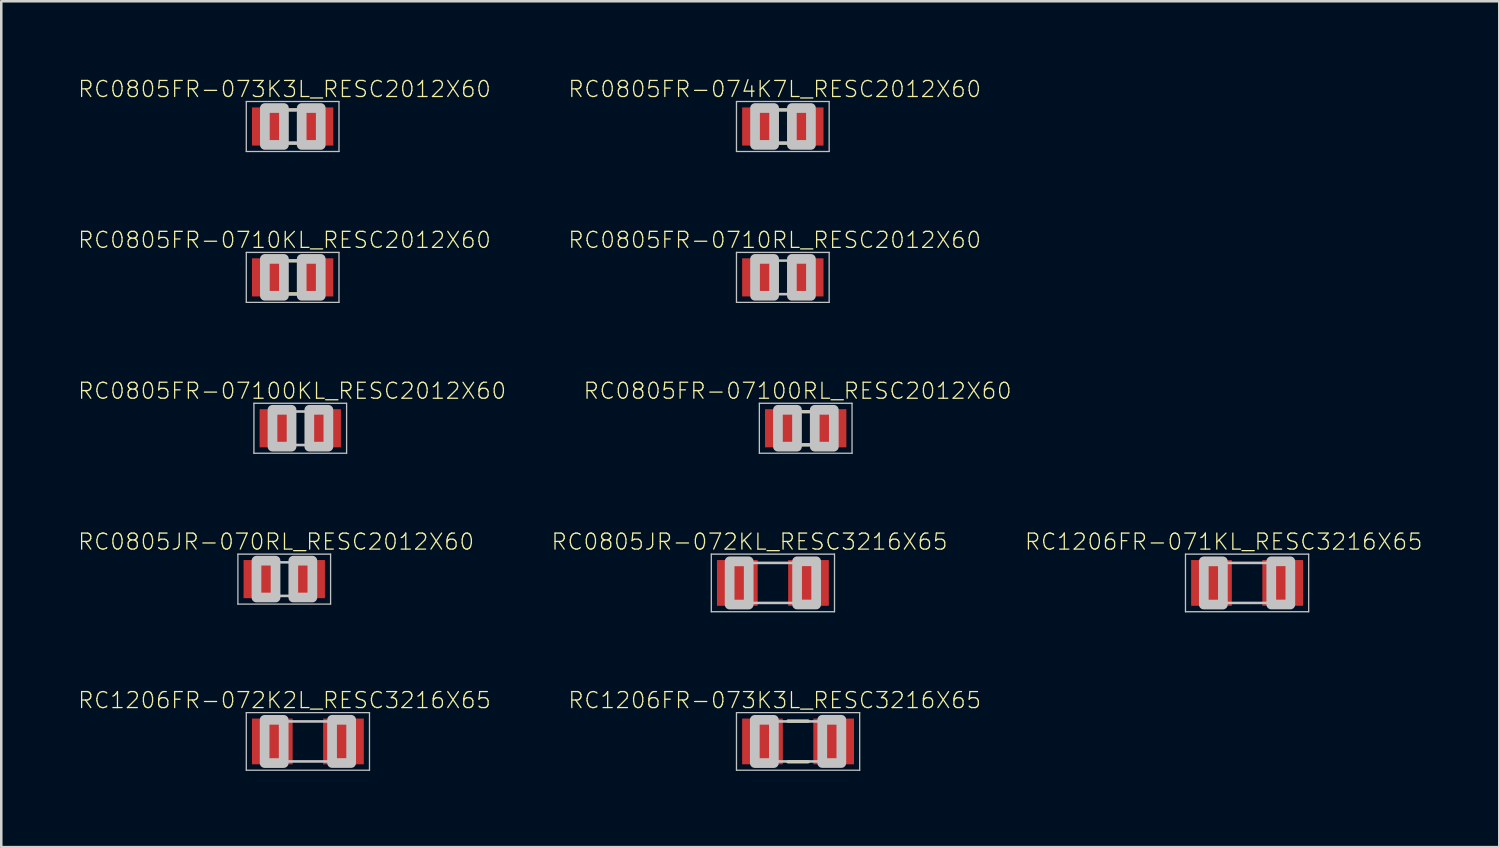
<source format=kicad_pcb>
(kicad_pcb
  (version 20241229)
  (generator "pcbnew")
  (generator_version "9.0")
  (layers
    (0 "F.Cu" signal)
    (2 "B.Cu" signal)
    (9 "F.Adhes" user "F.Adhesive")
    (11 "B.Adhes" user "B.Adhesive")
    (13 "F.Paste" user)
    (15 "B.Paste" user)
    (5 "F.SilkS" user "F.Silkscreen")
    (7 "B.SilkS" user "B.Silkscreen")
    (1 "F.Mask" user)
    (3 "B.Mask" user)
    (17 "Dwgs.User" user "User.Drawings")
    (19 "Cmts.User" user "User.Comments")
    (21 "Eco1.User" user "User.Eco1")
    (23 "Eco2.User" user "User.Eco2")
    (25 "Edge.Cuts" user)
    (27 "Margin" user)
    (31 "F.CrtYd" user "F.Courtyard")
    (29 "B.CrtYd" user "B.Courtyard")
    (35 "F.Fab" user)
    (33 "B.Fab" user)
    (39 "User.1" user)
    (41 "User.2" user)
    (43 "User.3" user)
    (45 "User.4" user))
  (footprint "RC0805FR-073K3L_RESC2012X60"
    (layer "F.Cu")
    (at 8.461 1.926)
    (property "Reference" "RC0805FR-073K3L_RESC2012X60" (at -0.32 -1.47 0) (layer "F.SilkS") (effects (font (size 0.63 0.63) (thickness 0.05))))
    (attr smd)
    (fp_line (start -0.15 -0.65) (end 0.15 -0.65) (stroke (width 0.127) (type solid)) (layer "F.SilkS"))
    (fp_line (start -0.15 0.65) (end 0.15 0.65) (stroke (width 0.127) (type solid)) (layer "F.SilkS"))
    (fp_line (start -1.823 -0.983) (end 1.823 -0.983) (stroke (width 0.051) (type solid)) (layer "Dwgs.User"))
    (fp_line (start -1.823 0.983) (end -1.823 -0.983) (stroke (width 0.051) (type solid)) (layer "Dwgs.User"))
    (fp_line (start -0.381 -0.66) (end 0.381 -0.66) (stroke (width 0.102) (type solid)) (layer "Dwgs.User"))
    (fp_line (start -0.356 0.66) (end 0.381 0.66) (stroke (width 0.102) (type solid)) (layer "Dwgs.User"))
    (fp_line (start 1.823 -0.983) (end 1.823 0.983) (stroke (width 0.051) (type solid)) (layer "Dwgs.User"))
    (fp_line (start 1.823 0.983) (end -1.823 0.983) (stroke (width 0.051) (type solid)) (layer "Dwgs.User"))
    (fp_poly (pts (xy -1.092 -0.726) (xy -0.342 -0.726) (xy -0.342 0.724) (xy -1.092 0.724)) (stroke (width 0.381) (type solid)) (fill no) (layer "Dwgs.User"))
    (fp_poly (pts (xy 0.356 -0.726) (xy 1.106 -0.726) (xy 1.106 0.724) (xy 0.356 0.724)) (stroke (width 0.381) (type solid)) (fill no) (layer "Dwgs.User"))
    (pad "1" smd rect (at -0.95 0) (size 1.3 1.5) (layers "F.Cu" "F.Mask" "F.Paste"))
    (pad "2" smd rect (at 0.95 0) (size 1.3 1.5) (layers "F.Cu" "F.Mask" "F.Paste")))
  (footprint "RC0805FR-074K7L_RESC2012X60"
    (layer "F.Cu")
    (at 27.743 1.926)
    (property "Reference" "RC0805FR-074K7L_RESC2012X60" (at -0.32 -1.47 0) (layer "F.SilkS") (effects (font (size 0.63 0.63) (thickness 0.05))))
    (attr smd)
    (fp_line (start -0.15 -0.65) (end 0.15 -0.65) (stroke (width 0.127) (type solid)) (layer "F.SilkS"))
    (fp_line (start -0.15 0.65) (end 0.15 0.65) (stroke (width 0.127) (type solid)) (layer "F.SilkS"))
    (fp_line (start -1.823 -0.983) (end 1.823 -0.983) (stroke (width 0.051) (type solid)) (layer "Dwgs.User"))
    (fp_line (start -1.823 0.983) (end -1.823 -0.983) (stroke (width 0.051) (type solid)) (layer "Dwgs.User"))
    (fp_line (start -0.381 -0.66) (end 0.381 -0.66) (stroke (width 0.102) (type solid)) (layer "Dwgs.User"))
    (fp_line (start -0.356 0.66) (end 0.381 0.66) (stroke (width 0.102) (type solid)) (layer "Dwgs.User"))
    (fp_line (start 1.823 -0.983) (end 1.823 0.983) (stroke (width 0.051) (type solid)) (layer "Dwgs.User"))
    (fp_line (start 1.823 0.983) (end -1.823 0.983) (stroke (width 0.051) (type solid)) (layer "Dwgs.User"))
    (fp_poly (pts (xy -1.092 -0.726) (xy -0.342 -0.726) (xy -0.342 0.724) (xy -1.092 0.724)) (stroke (width 0.381) (type solid)) (fill no) (layer "Dwgs.User"))
    (fp_poly (pts (xy 0.356 -0.726) (xy 1.106 -0.726) (xy 1.106 0.724) (xy 0.356 0.724)) (stroke (width 0.381) (type solid)) (fill no) (layer "Dwgs.User"))
    (pad "1" smd rect (at -0.95 0) (size 1.3 1.5) (layers "F.Cu" "F.Mask" "F.Paste"))
    (pad "2" smd rect (at 0.95 0) (size 1.3 1.5) (layers "F.Cu" "F.Mask" "F.Paste")))
  (footprint "RC1206FR-072K2L_RESC3216X65"
    (layer "F.Cu")
    (at 9.061 26.115)
    (property "Reference" "RC1206FR-072K2L_RESC3216X65" (at -0.92 -1.62 0) (layer "F.SilkS") (effects (font (size 0.63 0.63) (thickness 0.05))))
    (attr smd)
    (fp_line (start -2.423 -1.133) (end 2.423 -1.133) (stroke (width 0.051) (type solid)) (layer "Dwgs.User"))
    (fp_line (start -2.423 1.133) (end -2.423 -1.133) (stroke (width 0.051) (type solid)) (layer "Dwgs.User"))
    (fp_line (start -0.965 -0.787) (end 0.965 -0.787) (stroke (width 0.102) (type solid)) (layer "Dwgs.User"))
    (fp_line (start -0.965 0.787) (end 0.965 0.787) (stroke (width 0.102) (type solid)) (layer "Dwgs.User"))
    (fp_line (start 2.423 -1.133) (end 2.423 1.133) (stroke (width 0.051) (type solid)) (layer "Dwgs.User"))
    (fp_line (start 2.423 1.133) (end -2.423 1.133) (stroke (width 0.051) (type solid)) (layer "Dwgs.User"))
    (fp_poly (pts (xy -1.702 -0.849) (xy -0.952 -0.849) (xy -0.952 0.851) (xy -1.702 0.851)) (stroke (width 0.381) (type solid)) (fill no) (layer "Dwgs.User"))
    (fp_poly (pts (xy 0.952 -0.851) (xy 1.702 -0.851) (xy 1.702 0.849) (xy 0.952 0.849)) (stroke (width 0.381) (type solid)) (fill no) (layer "Dwgs.User"))
    (pad "1" smd rect (at -1.4 0) (size 1.6 1.8) (layers "F.Cu" "F.Mask" "F.Paste"))
    (pad "2" smd rect (at 1.4 0) (size 1.6 1.8) (layers "F.Cu" "F.Mask" "F.Paste")))
  (footprint "RC0805FR-0710RL_RESC2012X60"
    (layer "F.Cu")
    (at 27.743 7.861)
    (property "Reference" "RC0805FR-0710RL_RESC2012X60" (at -0.32 -1.47 0) (layer "F.SilkS") (effects (font (size 0.63 0.63) (thickness 0.05))))
    (attr smd)
    (fp_line (start -1.823 -0.983) (end 1.823 -0.983) (stroke (width 0.051) (type solid)) (layer "Dwgs.User"))
    (fp_line (start -1.823 0.983) (end -1.823 -0.983) (stroke (width 0.051) (type solid)) (layer "Dwgs.User"))
    (fp_line (start -0.381 -0.66) (end 0.381 -0.66) (stroke (width 0.102) (type solid)) (layer "Dwgs.User"))
    (fp_line (start -0.356 0.66) (end 0.381 0.66) (stroke (width 0.102) (type solid)) (layer "Dwgs.User"))
    (fp_line (start 1.823 -0.983) (end 1.823 0.983) (stroke (width 0.051) (type solid)) (layer "Dwgs.User"))
    (fp_line (start 1.823 0.983) (end -1.823 0.983) (stroke (width 0.051) (type solid)) (layer "Dwgs.User"))
    (fp_poly (pts (xy -1.092 -0.726) (xy -0.342 -0.726) (xy -0.342 0.724) (xy -1.092 0.724)) (stroke (width 0.381) (type solid)) (fill no) (layer "Dwgs.User"))
    (fp_poly (pts (xy 0.356 -0.726) (xy 1.106 -0.726) (xy 1.106 0.724) (xy 0.356 0.724)) (stroke (width 0.381) (type solid)) (fill no) (layer "Dwgs.User"))
    (pad "1" smd rect (at -0.95 0) (size 1.3 1.5) (layers "F.Cu" "F.Mask" "F.Paste"))
    (pad "2" smd rect (at 0.95 0) (size 1.3 1.5) (layers "F.Cu" "F.Mask" "F.Paste")))
  (footprint "RC0805FR-07100RL_RESC2012X60"
    (layer "F.Cu")
    (at 28.643 13.796)
    (property "Reference" "RC0805FR-07100RL_RESC2012X60" (at -0.32 -1.47 0) (layer "F.SilkS") (effects (font (size 0.63 0.63) (thickness 0.05))))
    (attr smd)
    (fp_line (start -0.15 -0.65) (end 0.15 -0.65) (stroke (width 0.127) (type solid)) (layer "F.SilkS"))
    (fp_line (start -0.15 0.65) (end 0.15 0.65) (stroke (width 0.127) (type solid)) (layer "F.SilkS"))
    (fp_line (start -1.823 -0.983) (end 1.823 -0.983) (stroke (width 0.051) (type solid)) (layer "Dwgs.User"))
    (fp_line (start -1.823 0.983) (end -1.823 -0.983) (stroke (width 0.051) (type solid)) (layer "Dwgs.User"))
    (fp_line (start -0.381 -0.66) (end 0.381 -0.66) (stroke (width 0.102) (type solid)) (layer "Dwgs.User"))
    (fp_line (start -0.356 0.66) (end 0.381 0.66) (stroke (width 0.102) (type solid)) (layer "Dwgs.User"))
    (fp_line (start 1.823 -0.983) (end 1.823 0.983) (stroke (width 0.051) (type solid)) (layer "Dwgs.User"))
    (fp_line (start 1.823 0.983) (end -1.823 0.983) (stroke (width 0.051) (type solid)) (layer "Dwgs.User"))
    (fp_poly (pts (xy -1.092 -0.726) (xy -0.342 -0.726) (xy -0.342 0.724) (xy -1.092 0.724)) (stroke (width 0.381) (type solid)) (fill no) (layer "Dwgs.User"))
    (fp_poly (pts (xy 0.356 -0.726) (xy 1.106 -0.726) (xy 1.106 0.724) (xy 0.356 0.724)) (stroke (width 0.381) (type solid)) (fill no) (layer "Dwgs.User"))
    (pad "1" smd rect (at -0.95 0) (size 1.3 1.5) (layers "F.Cu" "F.Mask" "F.Paste"))
    (pad "2" smd rect (at 0.95 0) (size 1.3 1.5) (layers "F.Cu" "F.Mask" "F.Paste")))
  (footprint "RC0805FR-07100KL_RESC2012X60"
    (layer "F.Cu")
    (at 8.761 13.796)
    (property "Reference" "RC0805FR-07100KL_RESC2012X60" (at -0.32 -1.47 0) (layer "F.SilkS") (effects (font (size 0.63 0.63) (thickness 0.05))))
    (attr smd)
    (fp_line (start -1.823 -0.983) (end 1.823 -0.983) (stroke (width 0.051) (type solid)) (layer "Dwgs.User"))
    (fp_line (start -1.823 0.983) (end -1.823 -0.983) (stroke (width 0.051) (type solid)) (layer "Dwgs.User"))
    (fp_line (start -0.381 -0.66) (end 0.381 -0.66) (stroke (width 0.102) (type solid)) (layer "Dwgs.User"))
    (fp_line (start -0.356 0.66) (end 0.381 0.66) (stroke (width 0.102) (type solid)) (layer "Dwgs.User"))
    (fp_line (start 1.823 -0.983) (end 1.823 0.983) (stroke (width 0.051) (type solid)) (layer "Dwgs.User"))
    (fp_line (start 1.823 0.983) (end -1.823 0.983) (stroke (width 0.051) (type solid)) (layer "Dwgs.User"))
    (fp_poly (pts (xy -1.092 -0.726) (xy -0.342 -0.726) (xy -0.342 0.724) (xy -1.092 0.724)) (stroke (width 0.381) (type solid)) (fill no) (layer "Dwgs.User"))
    (fp_poly (pts (xy 0.356 -0.726) (xy 1.106 -0.726) (xy 1.106 0.724) (xy 0.356 0.724)) (stroke (width 0.381) (type solid)) (fill no) (layer "Dwgs.User"))
    (pad "1" smd rect (at -0.95 0) (size 1.3 1.5) (layers "F.Cu" "F.Mask" "F.Paste"))
    (pad "2" smd rect (at 0.95 0) (size 1.3 1.5) (layers "F.Cu" "F.Mask" "F.Paste")))
  (footprint "RC1206FR-071KL_RESC3216X65"
    (layer "F.Cu")
    (at 46.005 19.88)
    (property "Reference" "RC1206FR-071KL_RESC3216X65" (at -0.92 -1.62 0) (layer "F.SilkS") (effects (font (size 0.63 0.63) (thickness 0.05))))
    (attr smd)
    (fp_line (start -2.423 -1.133) (end 2.423 -1.133) (stroke (width 0.051) (type solid)) (layer "Dwgs.User"))
    (fp_line (start -2.423 1.133) (end -2.423 -1.133) (stroke (width 0.051) (type solid)) (layer "Dwgs.User"))
    (fp_line (start -0.965 -0.787) (end 0.965 -0.787) (stroke (width 0.102) (type solid)) (layer "Dwgs.User"))
    (fp_line (start -0.965 0.787) (end 0.965 0.787) (stroke (width 0.102) (type solid)) (layer "Dwgs.User"))
    (fp_line (start 2.423 -1.133) (end 2.423 1.133) (stroke (width 0.051) (type solid)) (layer "Dwgs.User"))
    (fp_line (start 2.423 1.133) (end -2.423 1.133) (stroke (width 0.051) (type solid)) (layer "Dwgs.User"))
    (fp_poly (pts (xy -1.702 -0.849) (xy -0.952 -0.849) (xy -0.952 0.851) (xy -1.702 0.851)) (stroke (width 0.381) (type solid)) (fill no) (layer "Dwgs.User"))
    (fp_poly (pts (xy 0.952 -0.851) (xy 1.702 -0.851) (xy 1.702 0.849) (xy 0.952 0.849)) (stroke (width 0.381) (type solid)) (fill no) (layer "Dwgs.User"))
    (pad "1" smd rect (at -1.4 0) (size 1.6 1.8) (layers "F.Cu" "F.Mask" "F.Paste"))
    (pad "2" smd rect (at 1.4 0) (size 1.6 1.8) (layers "F.Cu" "F.Mask" "F.Paste")))
  (footprint "RC0805FR-0710KL_RESC2012X60"
    (layer "F.Cu")
    (at 8.461 7.861)
    (property "Reference" "RC0805FR-0710KL_RESC2012X60" (at -0.32 -1.47 0) (layer "F.SilkS") (effects (font (size 0.63 0.63) (thickness 0.05))))
    (attr smd)
    (fp_line (start -0.15 -0.65) (end 0.15 -0.65) (stroke (width 0.127) (type solid)) (layer "F.SilkS"))
    (fp_line (start -0.15 0.65) (end 0.15 0.65) (stroke (width 0.127) (type solid)) (layer "F.SilkS"))
    (fp_line (start -1.823 -0.983) (end 1.823 -0.983) (stroke (width 0.051) (type solid)) (layer "Dwgs.User"))
    (fp_line (start -1.823 0.983) (end -1.823 -0.983) (stroke (width 0.051) (type solid)) (layer "Dwgs.User"))
    (fp_line (start -0.381 -0.66) (end 0.381 -0.66) (stroke (width 0.102) (type solid)) (layer "Dwgs.User"))
    (fp_line (start -0.356 0.66) (end 0.381 0.66) (stroke (width 0.102) (type solid)) (layer "Dwgs.User"))
    (fp_line (start 1.823 -0.983) (end 1.823 0.983) (stroke (width 0.051) (type solid)) (layer "Dwgs.User"))
    (fp_line (start 1.823 0.983) (end -1.823 0.983) (stroke (width 0.051) (type solid)) (layer "Dwgs.User"))
    (fp_poly (pts (xy -1.092 -0.726) (xy -0.342 -0.726) (xy -0.342 0.724) (xy -1.092 0.724)) (stroke (width 0.381) (type solid)) (fill no) (layer "Dwgs.User"))
    (fp_poly (pts (xy 0.356 -0.726) (xy 1.106 -0.726) (xy 1.106 0.724) (xy 0.356 0.724)) (stroke (width 0.381) (type solid)) (fill no) (layer "Dwgs.User"))
    (pad "1" smd rect (at -0.95 0) (size 1.3 1.5) (layers "F.Cu" "F.Mask" "F.Paste"))
    (pad "2" smd rect (at 0.95 0) (size 1.3 1.5) (layers "F.Cu" "F.Mask" "F.Paste")))
  (footprint "RC0805JR-072KL_RESC3216X65"
    (layer "F.Cu")
    (at 27.353 19.88)
    (property "Reference" "RC0805JR-072KL_RESC3216X65" (at -0.92 -1.62 0) (layer "F.SilkS") (effects (font (size 0.63 0.63) (thickness 0.05))))
    (attr smd)
    (fp_line (start -2.423 -1.133) (end 2.423 -1.133) (stroke (width 0.051) (type solid)) (layer "Dwgs.User"))
    (fp_line (start -2.423 1.133) (end -2.423 -1.133) (stroke (width 0.051) (type solid)) (layer "Dwgs.User"))
    (fp_line (start -0.965 -0.787) (end 0.965 -0.787) (stroke (width 0.102) (type solid)) (layer "Dwgs.User"))
    (fp_line (start -0.965 0.787) (end 0.965 0.787) (stroke (width 0.102) (type solid)) (layer "Dwgs.User"))
    (fp_line (start 2.423 -1.133) (end 2.423 1.133) (stroke (width 0.051) (type solid)) (layer "Dwgs.User"))
    (fp_line (start 2.423 1.133) (end -2.423 1.133) (stroke (width 0.051) (type solid)) (layer "Dwgs.User"))
    (fp_poly (pts (xy -1.702 -0.849) (xy -0.952 -0.849) (xy -0.952 0.851) (xy -1.702 0.851)) (stroke (width 0.381) (type solid)) (fill no) (layer "Dwgs.User"))
    (fp_poly (pts (xy 0.952 -0.851) (xy 1.702 -0.851) (xy 1.702 0.849) (xy 0.952 0.849)) (stroke (width 0.381) (type solid)) (fill no) (layer "Dwgs.User"))
    (pad "1" smd rect (at -1.4 0) (size 1.6 1.8) (layers "F.Cu" "F.Mask" "F.Paste"))
    (pad "2" smd rect (at 1.4 0) (size 1.6 1.8) (layers "F.Cu" "F.Mask" "F.Paste")))
  (footprint "RC1206FR-073K3L_RESC3216X65"
    (layer "F.Cu")
    (at 28.343 26.115)
    (property "Reference" "RC1206FR-073K3L_RESC3216X65" (at -0.92 -1.62 0) (layer "F.SilkS") (effects (font (size 0.63 0.63) (thickness 0.05))))
    (attr smd)
    (fp_line (start -0.4 -0.8) (end 0.4 -0.8) (stroke (width 0.127) (type solid)) (layer "F.SilkS"))
    (fp_line (start -0.4 0.8) (end 0.4 0.8) (stroke (width 0.127) (type solid)) (layer "F.SilkS"))
    (fp_line (start -2.423 -1.133) (end 2.423 -1.133) (stroke (width 0.051) (type solid)) (layer "Dwgs.User"))
    (fp_line (start -2.423 1.133) (end -2.423 -1.133) (stroke (width 0.051) (type solid)) (layer "Dwgs.User"))
    (fp_line (start -0.965 -0.787) (end 0.965 -0.787) (stroke (width 0.102) (type solid)) (layer "Dwgs.User"))
    (fp_line (start -0.965 0.787) (end 0.965 0.787) (stroke (width 0.102) (type solid)) (layer "Dwgs.User"))
    (fp_line (start 2.423 -1.133) (end 2.423 1.133) (stroke (width 0.051) (type solid)) (layer "Dwgs.User"))
    (fp_line (start 2.423 1.133) (end -2.423 1.133) (stroke (width 0.051) (type solid)) (layer "Dwgs.User"))
    (fp_poly (pts (xy -1.702 -0.849) (xy -0.952 -0.849) (xy -0.952 0.851) (xy -1.702 0.851)) (stroke (width 0.381) (type solid)) (fill no) (layer "Dwgs.User"))
    (fp_poly (pts (xy 0.952 -0.851) (xy 1.702 -0.851) (xy 1.702 0.849) (xy 0.952 0.849)) (stroke (width 0.381) (type solid)) (fill no) (layer "Dwgs.User"))
    (pad "1" smd rect (at -1.4 0) (size 1.6 1.8) (layers "F.Cu" "F.Mask" "F.Paste"))
    (pad "2" smd rect (at 1.4 0) (size 1.6 1.8) (layers "F.Cu" "F.Mask" "F.Paste")))
  (footprint "RC0805JR-070RL_RESC2012X60"
    (layer "F.Cu")
    (at 8.131 19.73)
    (property "Reference" "RC0805JR-070RL_RESC2012X60" (at -0.32 -1.47 0) (layer "F.SilkS") (effects (font (size 0.63 0.63) (thickness 0.05))))
    (attr smd)
    (fp_line (start -1.823 -0.983) (end 1.823 -0.983) (stroke (width 0.051) (type solid)) (layer "Dwgs.User"))
    (fp_line (start -1.823 0.983) (end -1.823 -0.983) (stroke (width 0.051) (type solid)) (layer "Dwgs.User"))
    (fp_line (start -0.381 -0.66) (end 0.381 -0.66) (stroke (width 0.102) (type solid)) (layer "Dwgs.User"))
    (fp_line (start -0.356 0.66) (end 0.381 0.66) (stroke (width 0.102) (type solid)) (layer "Dwgs.User"))
    (fp_line (start 1.823 -0.983) (end 1.823 0.983) (stroke (width 0.051) (type solid)) (layer "Dwgs.User"))
    (fp_line (start 1.823 0.983) (end -1.823 0.983) (stroke (width 0.051) (type solid)) (layer "Dwgs.User"))
    (fp_poly (pts (xy -1.092 -0.726) (xy -0.342 -0.726) (xy -0.342 0.724) (xy -1.092 0.724)) (stroke (width 0.381) (type solid)) (fill no) (layer "Dwgs.User"))
    (fp_poly (pts (xy 0.356 -0.726) (xy 1.106 -0.726) (xy 1.106 0.724) (xy 0.356 0.724)) (stroke (width 0.381) (type solid)) (fill no) (layer "Dwgs.User"))
    (pad "1" smd rect (at -0.95 0) (size 1.3 1.5) (layers "F.Cu" "F.Mask" "F.Paste"))
    (pad "2" smd rect (at 0.95 0) (size 1.3 1.5) (layers "F.Cu" "F.Mask" "F.Paste")))
  (gr_rect
    (start -3 -3)
    (end 55.926 30.273)
    (stroke (width 0.1) (type default))
    (fill no)
    (layer "Edge.Cuts")))
</source>
